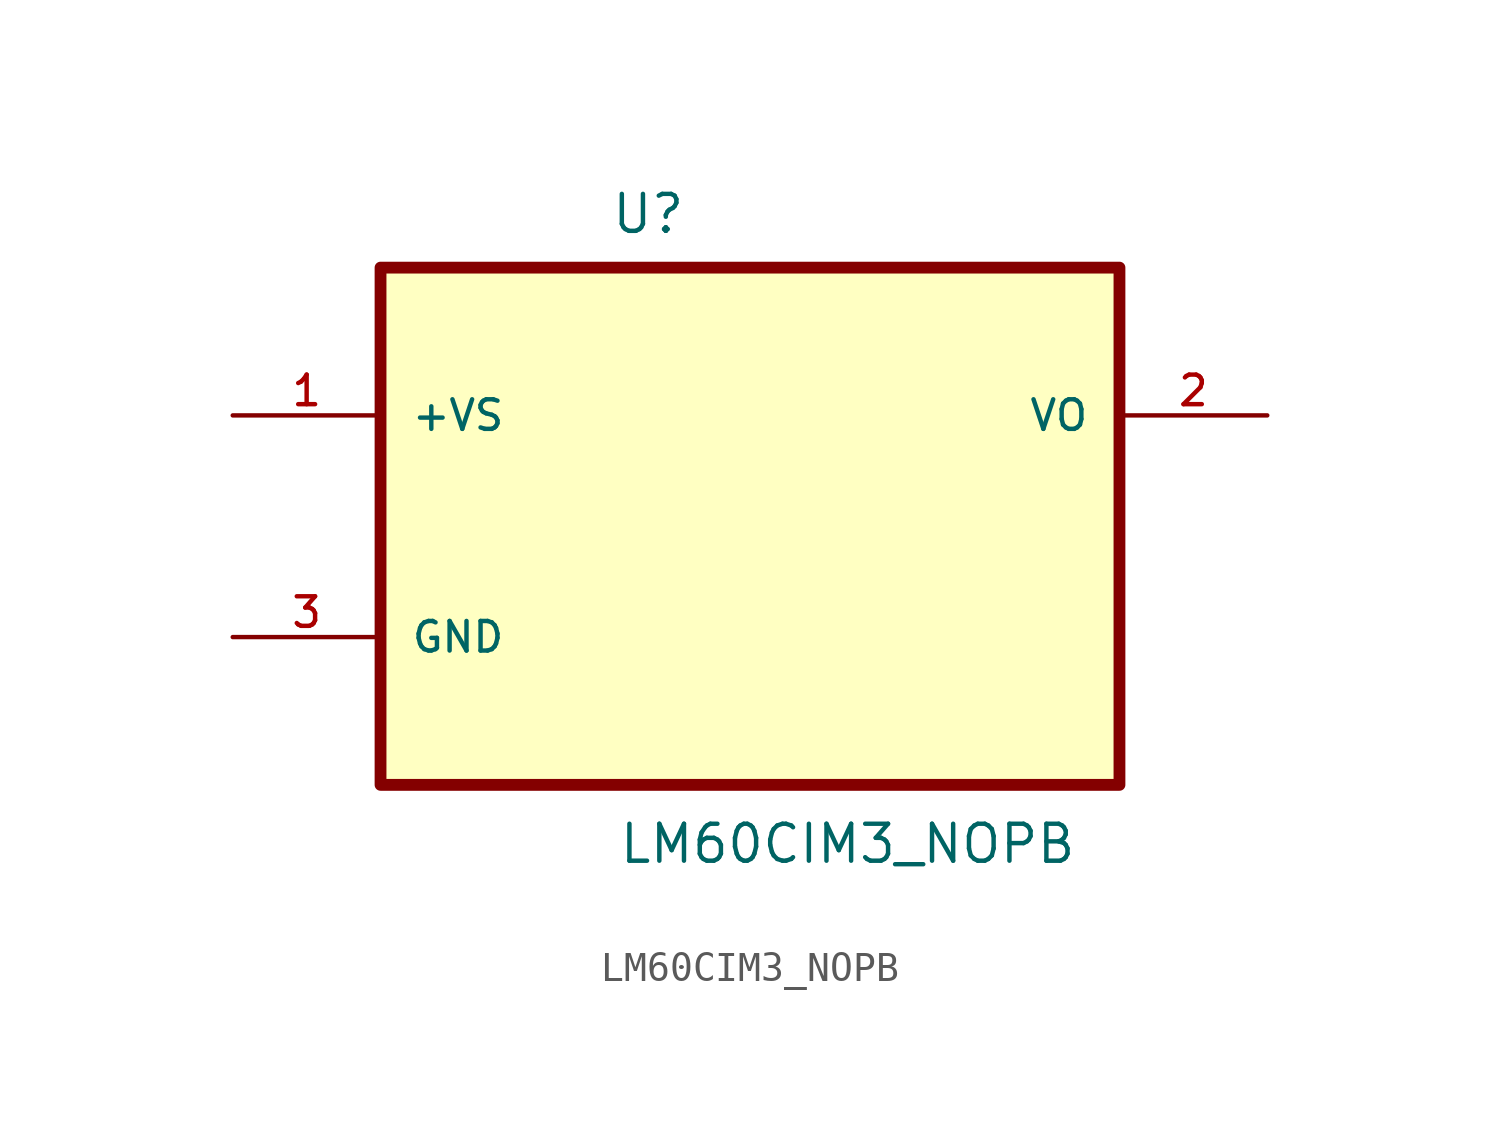
<source format=kicad_sym>
(kicad_symbol_lib
  (version 20211014)
  (generator kicad_symbol_editor)
  (symbol "LM60CIM3_NOPB"
    (pin_names
      (offset 1.016))
    (property "Reference" "U"
      (at -4.808 6.181 0.0)
      (effects (font (size 1.27 1.27)) (justify bottom left)))
    (property "Value" "LM60CIM3_NOPB"
      (at -4.547 -15.47 0.0)
      (effects (font (size 1.27 1.27)) (justify bottom left)))
    (symbol "LM60CIM3_NOPB_0_0"
      (rectangle (start -12.7 -12.7) (end 12.7 5.08) (stroke (width 0.406)) (fill (type background)))
      (pin power_in line (at -17.78 0.0 0) (length 5.08) (name "+VS" (effects (font (size 1.016 1.016)))) (number "1" (effects (font (size 1.016 1.016)))))
      (pin passive line (at -17.78 -7.62 0) (length 5.08) (name "GND" (effects (font (size 1.016 1.016)))) (number "3" (effects (font (size 1.016 1.016)))))
      (pin output line (at 17.78 0.0 180.0) (length 5.08) (name "VO" (effects (font (size 1.016 1.016)))) (number "2" (effects (font (size 1.016 1.016))))))))
</source>
